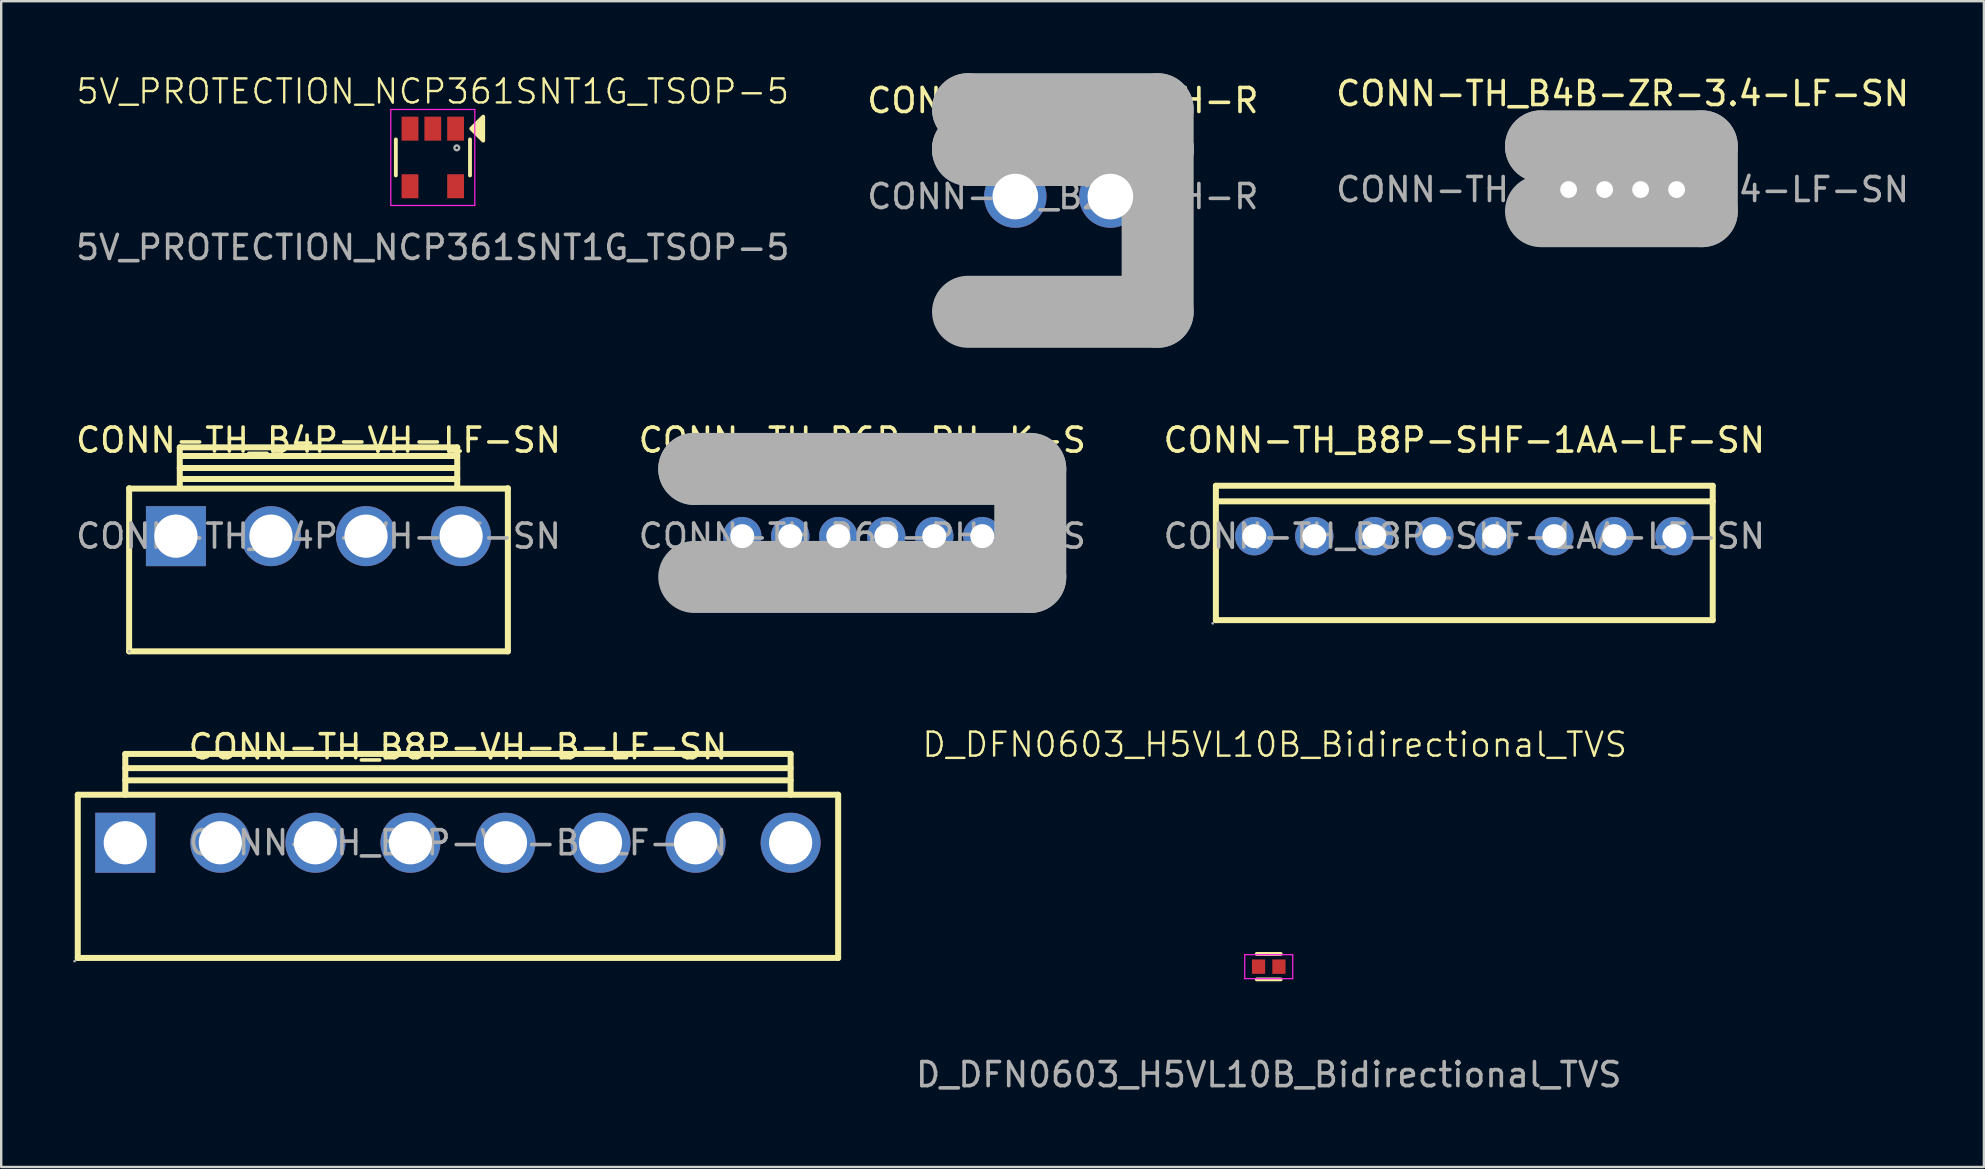
<source format=kicad_pcb>
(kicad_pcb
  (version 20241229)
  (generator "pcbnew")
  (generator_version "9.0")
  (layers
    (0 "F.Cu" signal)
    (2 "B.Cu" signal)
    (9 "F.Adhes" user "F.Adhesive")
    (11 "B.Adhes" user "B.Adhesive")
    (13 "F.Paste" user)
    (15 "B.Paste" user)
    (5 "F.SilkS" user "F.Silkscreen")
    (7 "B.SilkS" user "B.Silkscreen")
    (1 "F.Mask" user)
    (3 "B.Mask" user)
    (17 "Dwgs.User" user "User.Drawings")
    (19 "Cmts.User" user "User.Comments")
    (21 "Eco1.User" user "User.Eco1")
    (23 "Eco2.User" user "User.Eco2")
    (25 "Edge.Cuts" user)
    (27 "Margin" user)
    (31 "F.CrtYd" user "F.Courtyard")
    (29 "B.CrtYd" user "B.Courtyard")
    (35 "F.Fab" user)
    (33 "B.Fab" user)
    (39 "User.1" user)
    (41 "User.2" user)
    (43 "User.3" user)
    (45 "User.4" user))
  (footprint "D_DFN0603_H5VL10B_Bidirectional_TVS"
    (layer "F.Cu")
    (at 49.81 37.224)
    (property "Reference" "D_DFN0603_H5VL10B_Bidirectional_TVS" (at 0.25 -9.25 0) (unlocked yes) (layer "F.SilkS") (effects (font (size 1 1) (thickness 0.1))))
    (attr smd)
    (fp_line (start -0.5 -0.53) (end 0.5 -0.53) (stroke (width 0.16) (type default)) (layer "F.SilkS"))
    (fp_line (start -0.5 0.53) (end 0.5 0.53) (stroke (width 0.16) (type default)) (layer "F.SilkS"))
    (fp_line (start -1 -0.5) (end 1 -0.5) (stroke (width 0.05) (type default)) (layer "F.CrtYd"))
    (fp_line (start -1 0.5) (end -1 -0.5) (stroke (width 0.05) (type default)) (layer "F.CrtYd"))
    (fp_line (start 1 -0.5) (end 1 0.5) (stroke (width 0.05) (type default)) (layer "F.CrtYd"))
    (fp_line (start 1 0.5) (end -1 0.5) (stroke (width 0.05) (type default)) (layer "F.CrtYd"))
    (fp_text user "${REFERENCE}" (at 0 4.5 0) (unlocked yes) (layer "F.Fab") (effects (font (size 1 1) (thickness 0.15))))
    (dimension (type aligned) (layer "User.1") (pts (xy 49.11 37.524) (xy 49.11 36.924)) (height -0.1) (format (prefix "") (suffix "") (units 3) (units_format 1) (precision 2)) (style (thickness 0.01) (arrow_length 0.01) (text_position_mode 2) (arrow_direction outward) (extension_height 0) (extension_offset 0) (keep_text_aligned yes)) (gr_text "0.60 mm" (at 49.01 37.224 90) (layer "User.1") (effects (font (size 0.1 0.1) (thickness 0.15)))))
    (dimension (type aligned) (layer "User.1") (pts (xy 49.11 36.924) (xy 49.66 36.924)) (height -0.4) (format (prefix "") (suffix "") (units 3) (units_format 1) (precision 2)) (style (thickness 0.01) (arrow_length 0.01) (text_position_mode 2) (arrow_direction outward) (extension_height 0) (extension_offset 0) (keep_text_aligned yes)) (gr_text "0.55 mm" (at 49.41 36.524 0) (layer "User.1") (effects (font (size 0.1 0.1) (thickness 0.15)))))
    (dimension (type aligned) (layer "User.1") (pts (xy 49.66 36.924) (xy 49.96 36.924)) (height -0.1) (format (prefix "") (suffix "") (units 3) (units_format 1) (precision 2)) (style (thickness 0.01) (arrow_length 0.01) (text_position_mode 2) (arrow_direction outward) (extension_height 0) (extension_offset 0) (keep_text_aligned yes)) (gr_text "0.30 mm" (at 49.81 36.824 0) (layer "User.1") (effects (font (size 0.1 0.1) (thickness 0.15)))))
    (pad "1" smd rect (at -0.425 0) (size 0.55 0.6) (layers "F.Cu" "F.Mask" "F.Paste"))
    (pad "2" smd rect (at 0.425 0) (size 0.55 0.6) (layers "F.Cu" "F.Mask" "F.Paste")))
  (footprint "CONN-TH_B8P-VH-B-LF-SN"
    (layer "F.Cu")
    (at 16.03 32.062)
    (property "Reference" "CONN-TH_B8P-VH-B-LF-SN" (at 0 -4 0) (layer "F.SilkS") (effects (font (size 1 1) (thickness 0.15))))
    (attr through_hole)
    (fp_line (start -15.84 -2) (end 15.84 -2) (stroke (width 0.25) (type solid)) (layer "F.SilkS"))
    (fp_line (start -15.84 4.8) (end -15.84 -2) (stroke (width 0.25) (type solid)) (layer "F.SilkS"))
    (fp_line (start -13.86 -3.7) (end 13.86 -3.7) (stroke (width 0.25) (type solid)) (layer "F.SilkS"))
    (fp_line (start -13.86 -3.11) (end 13.86 -3.11) (stroke (width 0.25) (type solid)) (layer "F.SilkS"))
    (fp_line (start -13.86 -2.6) (end 13.86 -2.6) (stroke (width 0.25) (type solid)) (layer "F.SilkS"))
    (fp_line (start -13.86 -2) (end -13.86 -3.7) (stroke (width 0.25) (type solid)) (layer "F.SilkS"))
    (fp_line (start 13.86 -3.7) (end 13.86 -2) (stroke (width 0.25) (type solid)) (layer "F.SilkS"))
    (fp_line (start 15.84 -2) (end 15.84 4.8) (stroke (width 0.25) (type solid)) (layer "F.SilkS"))
    (fp_line (start 15.84 4.8) (end -15.84 4.8) (stroke (width 0.25) (type solid)) (layer "F.SilkS"))
    (fp_circle (center -15.97 4.93) (end -15.94 4.93) (stroke (width 0.06) (type solid)) (fill no) (layer "F.Fab"))
    (fp_circle (center -13.86 0) (end -13.46 0) (stroke (width 0.8) (type solid)) (fill no) (layer "F.Fab"))
    (fp_circle (center -9.9 0) (end -9.5 0) (stroke (width 0.8) (type solid)) (fill no) (layer "F.Fab"))
    (fp_circle (center -5.94 0) (end -5.54 0) (stroke (width 0.8) (type solid)) (fill no) (layer "F.Fab"))
    (fp_circle (center -1.98 0) (end -1.58 0) (stroke (width 0.8) (type solid)) (fill no) (layer "F.Fab"))
    (fp_circle (center 1.98 0) (end 2.38 0) (stroke (width 0.8) (type solid)) (fill no) (layer "F.Fab"))
    (fp_circle (center 5.94 0) (end 6.34 0) (stroke (width 0.8) (type solid)) (fill no) (layer "F.Fab"))
    (fp_circle (center 9.9 0) (end 10.3 0) (stroke (width 0.8) (type solid)) (fill no) (layer "F.Fab"))
    (fp_circle (center 13.86 0) (end 14.26 0) (stroke (width 0.8) (type solid)) (fill no) (layer "F.Fab"))
    (fp_text user "${REFERENCE}" (at 0 0 0) (layer "F.Fab") (effects (font (size 1 1) (thickness 0.15))))
    (pad "1" thru_hole rect (at -13.86 0) (size 2.5 2.5) (drill 1.8) (layers "*.Cu" "*.Mask"))
    (pad "2" thru_hole circle (at -9.9 0) (size 2.5 2.5) (drill 1.8) (layers "*.Cu" "*.Mask"))
    (pad "3" thru_hole circle (at -5.94 0) (size 2.5 2.5) (drill 1.8) (layers "*.Cu" "*.Mask"))
    (pad "4" thru_hole circle (at -1.98 0) (size 2.5 2.5) (drill 1.8) (layers "*.Cu" "*.Mask"))
    (pad "5" thru_hole circle (at 1.98 0) (size 2.5 2.5) (drill 1.8) (layers "*.Cu" "*.Mask"))
    (pad "6" thru_hole circle (at 5.94 0) (size 2.5 2.5) (drill 1.8) (layers "*.Cu" "*.Mask"))
    (pad "7" thru_hole circle (at 9.9 0) (size 2.5 2.5) (drill 1.8) (layers "*.Cu" "*.Mask"))
    (pad "8" thru_hole circle (at 13.86 0) (size 2.5 2.5) (drill 1.8) (layers "*.Cu" "*.Mask")))
  (footprint "CONN-TH_B6B-PH-K-S"
    (layer "F.Cu")
    (at 32.875 19.288)
    (property "Reference" "CONN-TH_B6B-PH-K-S" (at 0 -4 0) (layer "F.SilkS") (effects (font (size 1 1) (thickness 0.15))))
    (attr through_hole)
    (fp_circle (center 6.29 1.02) (end 6.65 1.02) (stroke (width 0.25) (type solid)) (fill no) (layer "F.SilkS"))
    (fp_line (start -7 -2.8) (end -7 -2.8) (stroke (width 3) (type solid)) (layer "F.Fab"))
    (fp_line (start -7 -2.8) (end 7 -2.8) (stroke (width 3) (type solid)) (layer "F.Fab"))
    (fp_line (start 7 -2.8) (end 7 1.7) (stroke (width 3) (type solid)) (layer "F.Fab"))
    (fp_line (start 7 1.7) (end -7 1.7) (stroke (width 3) (type solid)) (layer "F.Fab"))
    (fp_circle (center -5 0) (end -4.8 0) (stroke (width 0.4) (type solid)) (fill no) (layer "F.Fab"))
    (fp_circle (center -3 0) (end -2.8 0) (stroke (width 0.4) (type solid)) (fill no) (layer "F.Fab"))
    (fp_circle (center -1 0) (end -0.8 0) (stroke (width 0.4) (type solid)) (fill no) (layer "F.Fab"))
    (fp_circle (center 1 0) (end 1.2 0) (stroke (width 0.4) (type solid)) (fill no) (layer "F.Fab"))
    (fp_circle (center 3 0) (end 3.2 0) (stroke (width 0.4) (type solid)) (fill no) (layer "F.Fab"))
    (fp_circle (center 5 0) (end 5.2 0) (stroke (width 0.4) (type solid)) (fill no) (layer "F.Fab"))
    (fp_circle (center 7.13 -2.93) (end 7.16 -2.93) (stroke (width 0.06) (type solid)) (fill no) (layer "F.Fab"))
    (fp_text user "${REFERENCE}" (at 0 0 0) (layer "F.Fab") (effects (font (size 1 1) (thickness 0.15))))
    (pad "1" thru_hole circle (at 5 0 180) (size 1.6 1.6) (drill 1) (layers "*.Cu" "*.Mask"))
    (pad "2" thru_hole circle (at 3 0 180) (size 1.6 1.6) (drill 1) (layers "*.Cu" "*.Mask"))
    (pad "3" thru_hole circle (at 1 0 180) (size 1.6 1.6) (drill 1) (layers "*.Cu" "*.Mask"))
    (pad "4" thru_hole circle (at -1 0 180) (size 1.6 1.6) (drill 1) (layers "*.Cu" "*.Mask"))
    (pad "5" thru_hole circle (at -3 0 180) (size 1.6 1.6) (drill 1) (layers "*.Cu" "*.Mask"))
    (pad "6" thru_hole circle (at -5 0 180) (size 1.6 1.6) (drill 1) (layers "*.Cu" "*.Mask")))
  (footprint "CONN-TH_B8P-SHF-1AA-LF-SN"
    (layer "F.Cu")
    (at 57.958 19.288)
    (property "Reference" "CONN-TH_B8P-SHF-1AA-LF-SN" (at 0 -4 0) (layer "F.SilkS") (effects (font (size 1 1) (thickness 0.15))))
    (attr through_hole)
    (fp_line (start -10.35 -2.1) (end -10.35 3.5) (stroke (width 0.25) (type solid)) (layer "F.SilkS"))
    (fp_line (start -10.35 -2.1) (end 10.35 -2.1) (stroke (width 0.25) (type solid)) (layer "F.SilkS"))
    (fp_line (start -10.35 3.5) (end 10.35 3.5) (stroke (width 0.25) (type solid)) (layer "F.SilkS"))
    (fp_line (start 10.35 -2.1) (end 10.35 3.5) (stroke (width 0.25) (type solid)) (layer "F.SilkS"))
    (fp_line (start 10.35 -1.45) (end -10.35 -1.45) (stroke (width 0.25) (type solid)) (layer "F.SilkS"))
    (fp_circle (center -10.48 3.63) (end -10.45 3.63) (stroke (width 0.06) (type solid)) (fill no) (layer "F.Fab"))
    (fp_circle (center -8.75 0) (end -8.55 0) (stroke (width 0.4) (type solid)) (fill no) (layer "F.Fab"))
    (fp_circle (center -6.25 0) (end -6.05 0) (stroke (width 0.4) (type solid)) (fill no) (layer "F.Fab"))
    (fp_circle (center -3.75 0) (end -3.55 0) (stroke (width 0.4) (type solid)) (fill no) (layer "F.Fab"))
    (fp_circle (center -1.25 0) (end -1.05 0) (stroke (width 0.4) (type solid)) (fill no) (layer "F.Fab"))
    (fp_circle (center 1.25 0) (end 1.45 0) (stroke (width 0.4) (type solid)) (fill no) (layer "F.Fab"))
    (fp_circle (center 3.75 0) (end 3.95 0) (stroke (width 0.4) (type solid)) (fill no) (layer "F.Fab"))
    (fp_circle (center 6.25 0) (end 6.45 0) (stroke (width 0.4) (type solid)) (fill no) (layer "F.Fab"))
    (fp_circle (center 8.75 0) (end 8.95 0) (stroke (width 0.4) (type solid)) (fill no) (layer "F.Fab"))
    (fp_text user "${REFERENCE}" (at 0 0 0) (layer "F.Fab") (effects (font (size 1 1) (thickness 0.15))))
    (pad "1" thru_hole circle (at -8.75 0 90) (size 1.6 1.6) (drill 1) (layers "*.Cu" "*.Mask"))
    (pad "2" thru_hole circle (at -6.25 0 90) (size 1.6 1.6) (drill 1) (layers "*.Cu" "*.Mask"))
    (pad "3" thru_hole circle (at -3.75 0 90) (size 1.6 1.6) (drill 1) (layers "*.Cu" "*.Mask"))
    (pad "4" thru_hole circle (at -1.25 0 90) (size 1.6 1.6) (drill 1) (layers "*.Cu" "*.Mask"))
    (pad "5" thru_hole circle (at 1.25 0 90) (size 1.6 1.6) (drill 1) (layers "*.Cu" "*.Mask"))
    (pad "6" thru_hole circle (at 3.75 0 90) (size 1.6 1.6) (drill 1) (layers "*.Cu" "*.Mask"))
    (pad "7" thru_hole circle (at 6.25 0 90) (size 1.6 1.6) (drill 1) (layers "*.Cu" "*.Mask"))
    (pad "8" thru_hole circle (at 8.75 0 90) (size 1.6 1.6) (drill 1) (layers "*.Cu" "*.Mask")))
  (footprint "CONN-TH_B4B-ZR-3.4-LF-SN"
    (layer "F.Cu")
    (at 64.554 4.848)
    (property "Reference" "CONN-TH_B4B-ZR-3.4-LF-SN" (at 0 -4 0) (layer "F.SilkS") (effects (font (size 1 1) (thickness 0.15))))
    (attr through_hole)
    (fp_line (start -3.75 -2.2) (end 3.75 -2.2) (stroke (width 0.25) (type solid)) (layer "F.SilkS"))
    (fp_line (start -3.75 1.3) (end -3.75 -2.2) (stroke (width 0.25) (type solid)) (layer "F.SilkS"))
    (fp_line (start -3.7 -0.2) (end -3.4 -0.2) (stroke (width 0.25) (type solid)) (layer "F.SilkS"))
    (fp_line (start -3.4 -0.2) (end -3.4 0.4) (stroke (width 0.25) (type solid)) (layer "F.SilkS"))
    (fp_line (start -3.4 0.4) (end -3.4 0.5) (stroke (width 0.25) (type solid)) (layer "F.SilkS"))
    (fp_line (start -3.4 0.5) (end -3.7 0.5) (stroke (width 0.25) (type solid)) (layer "F.SilkS"))
    (fp_line (start 3.4 -0.2) (end 3.4 0.4) (stroke (width 0.25) (type solid)) (layer "F.SilkS"))
    (fp_line (start 3.4 0.4) (end 3.4 0.5) (stroke (width 0.25) (type solid)) (layer "F.SilkS"))
    (fp_line (start 3.4 0.5) (end 3.7 0.5) (stroke (width 0.25) (type solid)) (layer "F.SilkS"))
    (fp_line (start 3.7 -0.2) (end 3.4 -0.2) (stroke (width 0.25) (type solid)) (layer "F.SilkS"))
    (fp_line (start 3.75 -2.2) (end 3.75 1.3) (stroke (width 0.25) (type solid)) (layer "F.SilkS"))
    (fp_line (start 3.75 1.3) (end -3.75 1.3) (stroke (width 0.25) (type solid)) (layer "F.SilkS"))
    (fp_line (start -3.4 -1.8) (end -3.4 -1.8) (stroke (width 3) (type solid)) (layer "F.Fab"))
    (fp_line (start -3.4 -1.8) (end 3.3 -1.8) (stroke (width 3) (type solid)) (layer "F.Fab"))
    (fp_line (start 3.3 -1.8) (end 3.3 0.9) (stroke (width 3) (type solid)) (layer "F.Fab"))
    (fp_line (start 3.3 0.9) (end -3.4 0.9) (stroke (width 3) (type solid)) (layer "F.Fab"))
    (fp_circle (center -2.25 0) (end -2.13 0) (stroke (width 0.25) (type solid)) (fill no) (layer "F.Fab"))
    (fp_circle (center -0.75 0) (end -0.63 0) (stroke (width 0.25) (type solid)) (fill no) (layer "F.Fab"))
    (fp_circle (center 0.75 0) (end 0.87 0) (stroke (width 0.25) (type solid)) (fill no) (layer "F.Fab"))
    (fp_circle (center 2.25 0) (end 2.37 0) (stroke (width 0.25) (type solid)) (fill no) (layer "F.Fab"))
    (fp_circle (center 3.75 -2.2) (end 3.78 -2.2) (stroke (width 0.06) (type solid)) (fill no) (layer "F.Fab"))
    (fp_text user "${REFERENCE}" (at 0 0 0) (layer "F.Fab") (effects (font (size 1 1) (thickness 0.15))))
    (pad "1" thru_hole rect (at 2.25 0) (size 1.2 1.2) (drill 0.7) (layers "*.Cu" "*.Mask"))
    (pad "2" thru_hole circle (at 0.75 0) (size 1.2 1.2) (drill 0.7) (layers "*.Cu" "*.Mask"))
    (pad "3" thru_hole circle (at -0.75 0) (size 1.2 1.2) (drill 0.7) (layers "*.Cu" "*.Mask"))
    (pad "4" thru_hole circle (at -2.25 0) (size 1.2 1.2) (drill 0.7) (layers "*.Cu" "*.Mask")))
  (footprint "5V_PROTECTION_NCP361SNT1G_TSOP-5"
    (layer "F.Cu")
    (at 14.982 3.51)
    (property "Reference" "5V_PROTECTION_NCP361SNT1G_TSOP-5" (at 0 -2.75 0) (unlocked yes) (layer "F.SilkS") (effects (font (size 1 1) (thickness 0.1))))
    (attr smd)
    (fp_line (start -1.54 -0.75) (end -1.54 0.75) (stroke (width 0.16) (type default)) (layer "F.SilkS"))
    (fp_line (start 1.55 -0.75) (end 1.55 0.75) (stroke (width 0.16) (type default)) (layer "F.SilkS"))
    (fp_poly (pts (xy 2.1 -0.7) (xy 1.6 -1.2) (xy 2.1 -1.7)) (stroke (width 0.16) (type solid)) (fill yes) (layer "F.SilkS"))
    (fp_line (start -1.75 -2) (end 1.75 -2) (stroke (width 0.05) (type default)) (layer "F.CrtYd"))
    (fp_line (start -1.75 2) (end -1.75 -2) (stroke (width 0.05) (type default)) (layer "F.CrtYd"))
    (fp_line (start 1.75 -2) (end 1.75 2) (stroke (width 0.05) (type default)) (layer "F.CrtYd"))
    (fp_line (start 1.75 2) (end -1.75 2) (stroke (width 0.05) (type default)) (layer "F.CrtYd"))
    (fp_circle (center 1 -0.4) (end 1.1 -0.4) (stroke (width 0.1) (type default)) (fill no) (layer "F.Fab"))
    (fp_text user "${REFERENCE}" (at 0 3.75 0) (unlocked yes) (layer "F.Fab") (effects (font (size 1 1) (thickness 0.15))))
    (dimension (type aligned) (layer "User.1") (pts (xy 14.032 2.311) (xy 15.932 2.311)) (height -0.55) (format (prefix "") (suffix "") (units 3) (units_format 1) (precision 4)) (style (thickness 0.01) (arrow_length 0.01) (text_position_mode 2) (arrow_direction outward) (extension_height 0) (extension_offset 0) (keep_text_aligned yes)) (gr_text "1.9000 mm" (at 14.982 1.71 0) (layer "User.1") (effects (font (size 0.1 0.1) (thickness 0.15)))))
    (dimension (type aligned) (layer "User.1") (pts (xy 14.032 4.71) (xy 14.032 2.311)) (height -0.75) (format (prefix "") (suffix "") (units 3) (units_format 1) (precision 4)) (style (thickness 0.01) (arrow_length 0.01) (text_position_mode 2) (arrow_direction outward) (extension_height 0) (extension_offset 0) (keep_text_aligned yes)) (gr_text "2.4000 mm" (at 13.262 3.311 90) (layer "User.1") (effects (font (size 0.1 0.1) (thickness 0.15)))))
    (dimension (type aligned) (layer "User.1") (pts (xy 13.682 2.811) (xy 13.682 1.81)) (height -0.1) (format (prefix "") (suffix "") (units 3) (units_format 1) (precision 4)) (style (thickness 0.01) (arrow_length 0.01) (text_position_mode 2) (arrow_direction outward) (extension_height 0) (extension_offset 0) (keep_text_aligned yes)) (gr_text "1.0000 mm" (at 13.582 2.311 90) (layer "User.1") (effects (font (size 0.1 0.1) (thickness 0.15)))))
    (dimension (type aligned) (layer "User.1") (pts (xy 13.682 1.81) (xy 14.382 1.81)) (height -0.1) (format (prefix "") (suffix "") (units 3) (units_format 1) (precision 4)) (style (thickness 0.01) (arrow_length 0.01) (text_position_mode 2) (arrow_direction outward) (extension_height 0) (extension_offset 0) (keep_text_aligned yes)) (gr_text "0.7000 mm" (at 13.982 1.611 0) (layer "User.1") (effects (font (size 0.1 0.1) (thickness 0.15)))))
    (pad "1" smd rect (at 0.95 -1.2) (size 0.7 1) (layers "F.Cu" "F.Mask" "F.Paste"))
    (pad "2" smd rect (at 0 -1.2) (size 0.7 1) (layers "F.Cu" "F.Mask" "F.Paste"))
    (pad "3" smd rect (at -0.95 -1.2) (size 0.7 1) (layers "F.Cu" "F.Mask" "F.Paste"))
    (pad "4" smd rect (at -0.95 1.2) (size 0.7 1) (layers "F.Cu" "F.Mask" "F.Paste"))
    (pad "5" smd rect (at 0.95 1.2) (size 0.7 1) (layers "F.Cu" "F.Mask" "F.Paste")))
  (footprint "CONN-TH_B4P-VH-LF-SN"
    (layer "F.Cu")
    (at 10.22 19.288)
    (property "Reference" "CONN-TH_B4P-VH-LF-SN" (at 0 -4 0) (layer "F.SilkS") (effects (font (size 1 1) (thickness 0.15))))
    (attr through_hole)
    (fp_line (start -7.89 -2) (end -7.89 4.8) (stroke (width 0.25) (type solid)) (layer "F.SilkS"))
    (fp_line (start -7.89 4.8) (end 7.89 4.8) (stroke (width 0.25) (type solid)) (layer "F.SilkS"))
    (fp_line (start -5.78 -3.7) (end 5.78 -3.7) (stroke (width 0.25) (type solid)) (layer "F.SilkS"))
    (fp_line (start -5.78 -2.84) (end 5.78 -2.84) (stroke (width 0.25) (type solid)) (layer "F.SilkS"))
    (fp_line (start -5.78 -2) (end -5.78 -3.7) (stroke (width 0.25) (type solid)) (layer "F.SilkS"))
    (fp_line (start -5.76 -3.34) (end 5.78 -3.34) (stroke (width 0.25) (type solid)) (layer "F.SilkS"))
    (fp_line (start -5.76 -2.38) (end 5.78 -2.38) (stroke (width 0.25) (type solid)) (layer "F.SilkS"))
    (fp_line (start 5.78 -2) (end 5.78 -3.7) (stroke (width 0.25) (type solid)) (layer "F.SilkS"))
    (fp_line (start 7.89 -1.98) (end -7.89 -1.98) (stroke (width 0.25) (type solid)) (layer "F.SilkS"))
    (fp_line (start 7.89 4.8) (end 7.89 -2) (stroke (width 0.25) (type solid)) (layer "F.SilkS"))
    (fp_circle (center -7.89 4.8) (end -7.86 4.8) (stroke (width 0.06) (type solid)) (fill no) (layer "F.Fab"))
    (fp_text user "${REFERENCE}" (at 0 0 0) (layer "F.Fab") (effects (font (size 1 1) (thickness 0.15))))
    (pad "1" thru_hole rect (at -5.94 0) (size 2.5 2.5) (drill 1.8) (layers "*.Cu" "*.Mask"))
    (pad "2" thru_hole circle (at -1.98 0) (size 2.5 2.5) (drill 1.8) (layers "*.Cu" "*.Mask"))
    (pad "3" thru_hole circle (at 1.98 0) (size 2.5 2.5) (drill 1.8) (layers "*.Cu" "*.Mask"))
    (pad "4" thru_hole circle (at 5.94 0) (size 2.5 2.5) (drill 1.8) (layers "*.Cu" "*.Mask")))
  (footprint "CONN-TH_B2P-VH-R"
    (layer "F.Cu")
    (at 41.232 5.14)
    (property "Reference" "CONN-TH_B2P-VH-R" (at 0 -4 0) (layer "F.SilkS") (effects (font (size 1 1) (thickness 0.15))))
    (attr through_hole)
    (fp_line (start -3.95 -3.64) (end -3.95 -3.64) (stroke (width 3) (type solid)) (layer "F.Fab"))
    (fp_line (start -3.95 -3.64) (end 3.95 -3.64) (stroke (width 3) (type solid)) (layer "F.Fab"))
    (fp_line (start -3.95 -2) (end -3.95 -2) (stroke (width 3) (type solid)) (layer "F.Fab"))
    (fp_line (start -3.95 -2) (end 3.95 -2) (stroke (width 3) (type solid)) (layer "F.Fab"))
    (fp_line (start 3.95 -3.64) (end 3.95 -1.94) (stroke (width 3) (type solid)) (layer "F.Fab"))
    (fp_line (start 3.95 -2) (end 3.95 4.8) (stroke (width 3) (type solid)) (layer "F.Fab"))
    (fp_line (start 3.95 -1.94) (end -3.95 -1.94) (stroke (width 3) (type solid)) (layer "F.Fab"))
    (fp_line (start 3.95 4.8) (end -3.95 4.8) (stroke (width 3) (type solid)) (layer "F.Fab"))
    (fp_circle (center -3.93 4.83) (end -3.9 4.83) (stroke (width 0.06) (type solid)) (fill no) (layer "F.Fab"))
    (fp_text user "${REFERENCE}" (at 0 0 0) (layer "F.Fab") (effects (font (size 1 1) (thickness 0.15))))
    (pad "1" thru_hole circle (at -1.98 0) (size 2.6 2.6) (drill 1.9) (layers "*.Cu" "*.Mask"))
    (pad "2" thru_hole circle (at 1.98 0) (size 2.6 2.6) (drill 1.9) (layers "*.Cu" "*.Mask")))
  (gr_rect
    (start -3 -3)
    (end 79.607 45.572)
    (stroke (width 0.1) (type default))
    (fill no)
    (layer "Edge.Cuts")))
</source>
